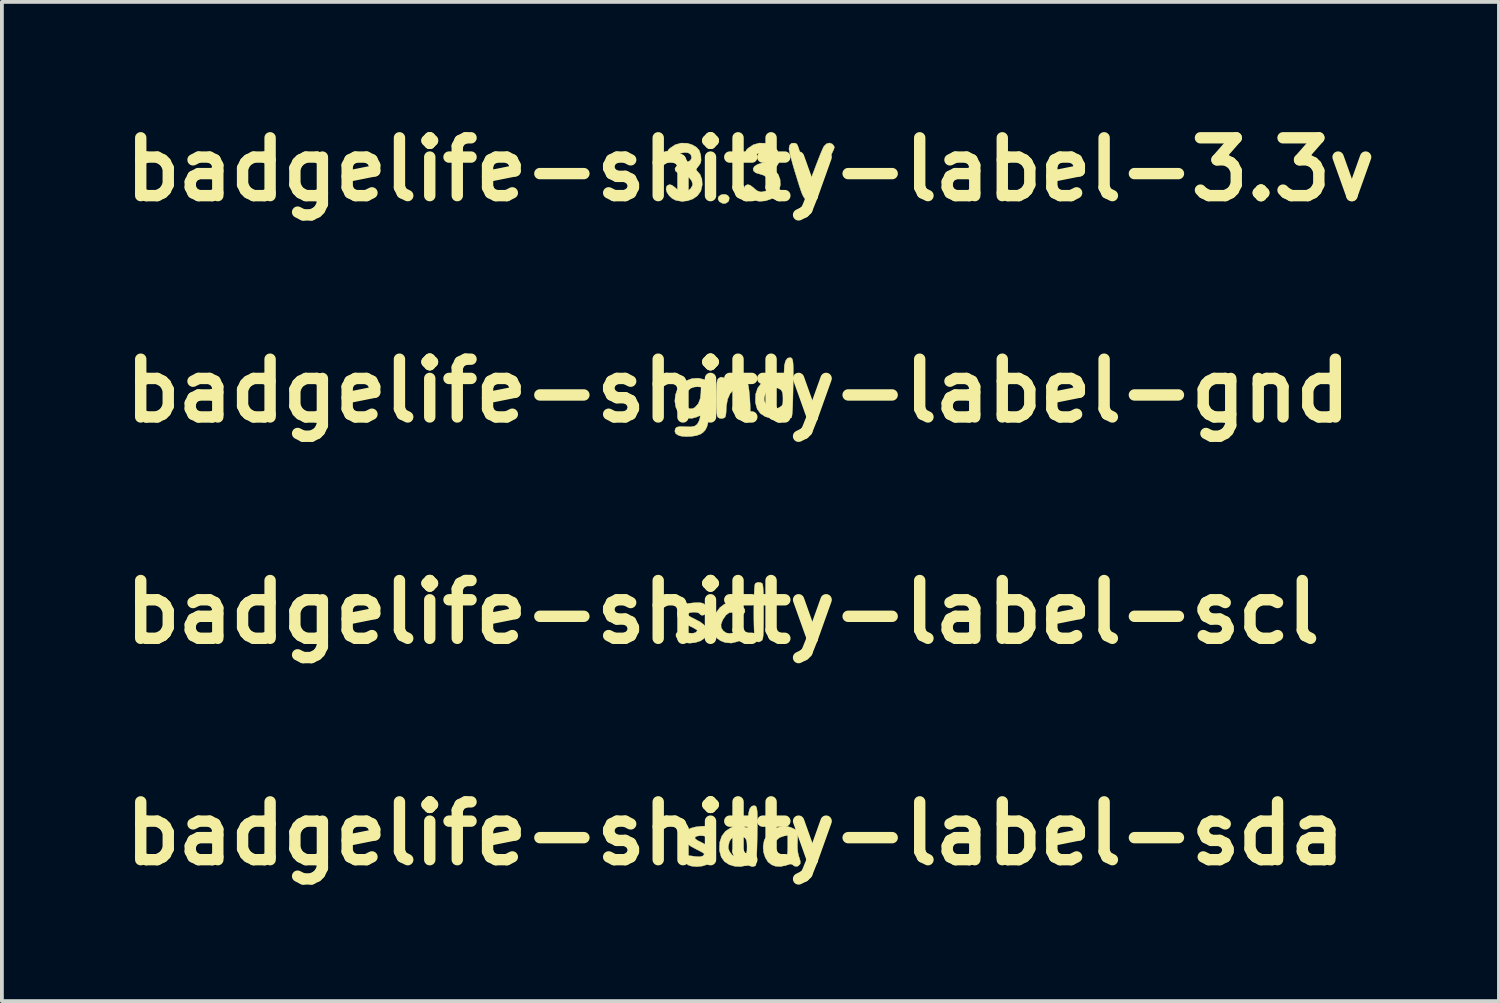
<source format=kicad_pcb>
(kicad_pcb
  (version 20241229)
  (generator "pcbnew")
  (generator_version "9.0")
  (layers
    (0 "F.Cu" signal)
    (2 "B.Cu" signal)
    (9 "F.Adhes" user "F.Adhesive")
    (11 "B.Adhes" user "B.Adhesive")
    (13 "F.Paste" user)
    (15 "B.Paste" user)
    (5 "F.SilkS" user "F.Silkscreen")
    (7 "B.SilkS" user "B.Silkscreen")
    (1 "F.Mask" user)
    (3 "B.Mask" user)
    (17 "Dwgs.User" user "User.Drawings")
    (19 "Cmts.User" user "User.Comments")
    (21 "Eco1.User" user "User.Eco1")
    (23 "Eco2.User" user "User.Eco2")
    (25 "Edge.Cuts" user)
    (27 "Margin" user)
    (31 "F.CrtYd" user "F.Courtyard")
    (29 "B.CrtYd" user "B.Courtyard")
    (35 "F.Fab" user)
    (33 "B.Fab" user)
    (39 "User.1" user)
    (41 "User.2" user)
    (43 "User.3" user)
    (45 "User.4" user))
  (footprint "badgelife-shitty-label-scl"
    (layer "F.Cu")
    (at 16.009 13.09)
    (property "Reference" "badgelife-shitty-label-scl" (at 0 0 0) (layer "F.SilkS") (effects (font (size 1.524 1.524) (thickness 0.3))))
    (attr through_hole)
    (fp_poly (pts (xy 0.993 -0.782) (xy 1.039 -0.756) (xy 1.05 -0.726) (xy 1.059 -0.66) (xy 1.065 -0.552) (xy 1.07 -0.399) (xy 1.072 -0.197) (xy 1.072 -0.01) (xy 1.072 0.213) (xy 1.07 0.387) (xy 1.067 0.517) (xy 1.063 0.611) (xy 1.055 0.676) (xy 1.045 0.716) (xy 1.033 0.741) (xy 1.028 0.746) (xy 0.957 0.786) (xy 0.884 0.779) (xy 0.852 0.756) (xy 0.841 0.718) (xy 0.832 0.632) (xy 0.825 0.509) (xy 0.82 0.357) (xy 0.817 0.186) (xy 0.816 0.006) (xy 0.817 -0.175) (xy 0.82 -0.347) (xy 0.825 -0.5) (xy 0.832 -0.625) (xy 0.841 -0.714) (xy 0.852 -0.755) (xy 0.852 -0.756) (xy 0.917 -0.787) (xy 0.993 -0.782)) (stroke (width 0.01) (type solid)) (fill yes) (layer "F.SilkS"))
    (fp_poly (pts (xy 0.322 -0.234) (xy 0.409 -0.201) (xy 0.52 -0.139) (xy 0.576 -0.075) (xy 0.581 -0.007) (xy 0.579 -0.003) (xy 0.536 0.056) (xy 0.463 0.072) (xy 0.37 0.044) (xy 0.37 0.044) (xy 0.259 0.005) (xy 0.164 0.015) (xy 0.081 0.077) (xy 0.003 0.191) (xy -0.011 0.217) (xy -0.05 0.325) (xy -0.044 0.412) (xy 0.009 0.491) (xy 0.013 0.495) (xy 0.088 0.547) (xy 0.181 0.562) (xy 0.301 0.541) (xy 0.372 0.517) (xy 0.458 0.491) (xy 0.51 0.487) (xy 0.547 0.505) (xy 0.549 0.507) (xy 0.591 0.568) (xy 0.58 0.635) (xy 0.519 0.702) (xy 0.411 0.765) (xy 0.388 0.775) (xy 0.223 0.815) (xy 0.057 0.799) (xy -0.059 0.754) (xy -0.161 0.683) (xy -0.235 0.584) (xy -0.25 0.556) (xy -0.296 0.422) (xy -0.297 0.288) (xy -0.251 0.142) (xy -0.189 0.026) (xy -0.079 -0.121) (xy 0.042 -0.213) (xy 0.175 -0.251) (xy 0.322 -0.234)) (stroke (width 0.01) (type solid)) (fill yes) (layer "F.SilkS"))
    (fp_poly (pts (xy -0.574 -0.246) (xy -0.516 -0.227) (xy -0.495 -0.215) (xy -0.437 -0.147) (xy -0.425 -0.056) (xy -0.453 0.03) (xy -0.498 0.073) (xy -0.556 0.083) (xy -0.602 0.057) (xy -0.611 0.042) (xy -0.647 0.016) (xy -0.717 0.002) (xy -0.8 0.001) (xy -0.873 0.014) (xy -0.9 0.025) (xy -0.925 0.055) (xy -0.908 0.089) (xy -0.844 0.132) (xy -0.74 0.183) (xy -0.591 0.262) (xy -0.492 0.341) (xy -0.438 0.427) (xy -0.423 0.515) (xy -0.442 0.621) (xy -0.49 0.69) (xy -0.592 0.758) (xy -0.726 0.801) (xy -0.873 0.817) (xy -1.015 0.802) (xy -1.087 0.779) (xy -1.188 0.716) (xy -1.235 0.64) (xy -1.237 0.587) (xy -1.223 0.551) (xy -1.189 0.531) (xy -1.124 0.526) (xy -1.021 0.534) (xy -0.896 0.551) (xy -0.789 0.556) (xy -0.713 0.535) (xy -0.678 0.491) (xy -0.677 0.48) (xy -0.701 0.458) (xy -0.763 0.421) (xy -0.852 0.376) (xy -0.868 0.368) (xy -1.028 0.282) (xy -1.135 0.199) (xy -1.193 0.115) (xy -1.206 0.024) (xy -1.183 -0.062) (xy -1.129 -0.14) (xy -1.037 -0.196) (xy -0.902 -0.231) (xy -0.774 -0.246) (xy -0.654 -0.252) (xy -0.574 -0.246)) (stroke (width 0.01) (type solid)) (fill yes) (layer "F.SilkS")))
  (footprint "badgelife-shitty-label-3.3v"
    (layer "F.Cu")
    (at 16.735 1.418)
    (property "Reference" "badgelife-shitty-label-3.3v" (at 0 0 0) (layer "F.SilkS") (effects (font (size 1.524 1.524) (thickness 0.3))))
    (attr through_hole)
    (fp_poly (pts (xy -0.591 0.69) (xy -0.557 0.747) (xy -0.568 0.819) (xy -0.581 0.842) (xy -0.647 0.893) (xy -0.728 0.897) (xy -0.808 0.856) (xy -0.819 0.846) (xy -0.855 0.781) (xy -0.84 0.718) (xy -0.779 0.671) (xy -0.747 0.661) (xy -0.657 0.657) (xy -0.591 0.69)) (stroke (width 0.01) (type solid)) (fill yes) (layer "F.SilkS"))
    (fp_poly (pts (xy 2.153 -0.674) (xy 2.177 -0.651) (xy 2.206 -0.611) (xy 2.212 -0.575) (xy 2.195 -0.524) (xy 2.162 -0.456) (xy 2.131 -0.388) (xy 2.084 -0.279) (xy 2.025 -0.138) (xy 1.96 0.022) (xy 1.892 0.192) (xy 1.891 0.194) (xy 1.825 0.358) (xy 1.762 0.505) (xy 1.707 0.628) (xy 1.663 0.718) (xy 1.635 0.764) (xy 1.633 0.766) (xy 1.557 0.812) (xy 1.482 0.806) (xy 1.435 0.769) (xy 1.41 0.735) (xy 1.385 0.691) (xy 1.358 0.631) (xy 1.327 0.546) (xy 1.288 0.43) (xy 1.24 0.275) (xy 1.178 0.074) (xy 1.17 0.049) (xy 1.121 -0.118) (xy 1.079 -0.272) (xy 1.045 -0.402) (xy 1.023 -0.5) (xy 1.016 -0.551) (xy 1.035 -0.642) (xy 1.087 -0.692) (xy 1.167 -0.695) (xy 1.169 -0.695) (xy 1.193 -0.688) (xy 1.213 -0.678) (xy 1.231 -0.657) (xy 1.25 -0.619) (xy 1.272 -0.558) (xy 1.301 -0.465) (xy 1.338 -0.334) (xy 1.387 -0.159) (xy 1.414 -0.062) (xy 1.464 0.111) (xy 1.502 0.231) (xy 1.53 0.304) (xy 1.55 0.33) (xy 1.559 0.326) (xy 1.577 0.285) (xy 1.611 0.201) (xy 1.656 0.085) (xy 1.709 -0.053) (xy 1.738 -0.13) (xy 1.795 -0.277) (xy 1.848 -0.411) (xy 1.894 -0.519) (xy 1.927 -0.591) (xy 1.937 -0.609) (xy 2.005 -0.677) (xy 2.082 -0.699) (xy 2.153 -0.674)) (stroke (width 0.01) (type solid)) (fill yes) (layer "F.SilkS"))
    (fp_poly (pts (xy -1.662 -0.691) (xy -1.538 -0.652) (xy -1.42 -0.584) (xy -1.349 -0.502) (xy -1.312 -0.391) (xy -1.305 -0.33) (xy -1.301 -0.235) (xy -1.314 -0.171) (xy -1.352 -0.111) (xy -1.371 -0.087) (xy -1.418 -0.026) (xy -1.43 0.011) (xy -1.411 0.037) (xy -1.408 0.039) (xy -1.326 0.134) (xy -1.279 0.26) (xy -1.27 0.403) (xy -1.301 0.546) (xy -1.317 0.584) (xy -1.398 0.694) (xy -1.518 0.777) (xy -1.663 0.827) (xy -1.818 0.84) (xy -1.969 0.813) (xy -2.066 0.762) (xy -2.145 0.688) (xy -2.201 0.603) (xy -2.225 0.519) (xy -2.21 0.447) (xy -2.196 0.429) (xy -2.138 0.398) (xy -2.07 0.414) (xy -1.983 0.478) (xy -1.967 0.494) (xy -1.886 0.561) (xy -1.81 0.589) (xy -1.764 0.593) (xy -1.663 0.57) (xy -1.581 0.511) (xy -1.531 0.428) (xy -1.524 0.38) (xy -1.55 0.295) (xy -1.617 0.215) (xy -1.711 0.153) (xy -1.802 0.124) (xy -1.914 0.091) (xy -1.977 0.041) (xy -1.991 -0.019) (xy -1.956 -0.079) (xy -1.874 -0.133) (xy -1.776 -0.164) (xy -1.66 -0.197) (xy -1.591 -0.233) (xy -1.558 -0.28) (xy -1.552 -0.327) (xy -1.575 -0.397) (xy -1.638 -0.438) (xy -1.731 -0.449) (xy -1.844 -0.428) (xy -1.935 -0.391) (xy -2.035 -0.352) (xy -2.106 -0.354) (xy -2.158 -0.398) (xy -2.173 -0.423) (xy -2.187 -0.468) (xy -2.17 -0.509) (xy -2.121 -0.56) (xy -1.984 -0.652) (xy -1.827 -0.696) (xy -1.662 -0.691)) (stroke (width 0.01) (type solid)) (fill yes) (layer "F.SilkS"))
    (fp_poly (pts (xy 0.398 -0.691) (xy 0.522 -0.652) (xy 0.64 -0.584) (xy 0.712 -0.502) (xy 0.748 -0.391) (xy 0.756 -0.33) (xy 0.759 -0.235) (xy 0.746 -0.171) (xy 0.708 -0.111) (xy 0.689 -0.087) (xy 0.642 -0.026) (xy 0.63 0.011) (xy 0.65 0.037) (xy 0.652 0.039) (xy 0.734 0.134) (xy 0.781 0.26) (xy 0.79 0.403) (xy 0.759 0.546) (xy 0.743 0.584) (xy 0.662 0.694) (xy 0.542 0.777) (xy 0.398 0.827) (xy 0.242 0.84) (xy 0.091 0.813) (xy -0.006 0.762) (xy -0.085 0.688) (xy -0.14 0.603) (xy -0.164 0.519) (xy -0.15 0.447) (xy -0.135 0.429) (xy -0.078 0.398) (xy -0.009 0.414) (xy 0.077 0.478) (xy 0.093 0.494) (xy 0.175 0.561) (xy 0.25 0.589) (xy 0.296 0.593) (xy 0.397 0.57) (xy 0.48 0.511) (xy 0.529 0.428) (xy 0.536 0.38) (xy 0.511 0.295) (xy 0.444 0.215) (xy 0.349 0.153) (xy 0.258 0.124) (xy 0.146 0.091) (xy 0.083 0.041) (xy 0.07 -0.019) (xy 0.104 -0.079) (xy 0.187 -0.133) (xy 0.284 -0.164) (xy 0.4 -0.197) (xy 0.469 -0.233) (xy 0.502 -0.28) (xy 0.508 -0.327) (xy 0.485 -0.397) (xy 0.422 -0.438) (xy 0.329 -0.449) (xy 0.216 -0.428) (xy 0.125 -0.391) (xy 0.025 -0.352) (xy -0.046 -0.354) (xy -0.097 -0.398) (xy -0.113 -0.423) (xy -0.127 -0.468) (xy -0.11 -0.509) (xy -0.061 -0.56) (xy 0.076 -0.652) (xy 0.234 -0.696) (xy 0.398 -0.691)) (stroke (width 0.01) (type solid)) (fill yes) (layer "F.SilkS")))
  (footprint "badgelife-shitty-label-gnd"
    (layer "F.Cu")
    (at 16.408 7.254)
    (property "Reference" "badgelife-shitty-label-gnd" (at 0 0 0) (layer "F.SilkS") (effects (font (size 1.524 1.524) (thickness 0.3))))
    (attr through_hole)
    (fp_poly (pts (xy -0.382 -0.347) (xy -0.319 -0.28) (xy -0.292 -0.231) (xy -0.268 -0.238) (xy -0.21 -0.265) (xy -0.18 -0.281) (xy -0.046 -0.329) (xy 0.077 -0.33) (xy 0.181 -0.284) (xy 0.255 -0.196) (xy 0.271 -0.141) (xy 0.286 -0.046) (xy 0.3 0.077) (xy 0.311 0.215) (xy 0.319 0.356) (xy 0.323 0.487) (xy 0.322 0.596) (xy 0.316 0.67) (xy 0.308 0.694) (xy 0.249 0.728) (xy 0.175 0.729) (xy 0.117 0.696) (xy 0.094 0.642) (xy 0.072 0.548) (xy 0.055 0.43) (xy 0.042 0.303) (xy 0.038 0.183) (xy 0.042 0.086) (xy 0.043 0.081) (xy 0.046 -0.021) (xy 0.02 -0.074) (xy -0.032 -0.079) (xy -0.107 -0.037) (xy -0.208 0.072) (xy -0.275 0.222) (xy -0.307 0.405) (xy -0.31 0.467) (xy -0.315 0.579) (xy -0.328 0.662) (xy -0.344 0.7) (xy -0.407 0.73) (xy -0.482 0.726) (xy -0.533 0.696) (xy -0.552 0.649) (xy -0.565 0.56) (xy -0.572 0.426) (xy -0.574 0.243) (xy -0.571 0.023) (xy -0.566 -0.122) (xy -0.557 -0.222) (xy -0.542 -0.285) (xy -0.521 -0.322) (xy -0.519 -0.324) (xy -0.45 -0.363) (xy -0.382 -0.347)) (stroke (width 0.01) (type solid)) (fill yes) (layer "F.SilkS"))
    (fp_poly (pts (xy -0.893 -0.299) (xy -0.778 -0.246) (xy -0.711 -0.186) (xy -0.684 -0.108) (xy -0.689 -0.008) (xy -0.699 0.072) (xy -0.713 0.191) (xy -0.728 0.337) (xy -0.744 0.492) (xy -0.746 0.514) (xy -0.768 0.707) (xy -0.793 0.852) (xy -0.824 0.959) (xy -0.866 1.037) (xy -0.921 1.096) (xy -0.985 1.139) (xy -1.085 1.177) (xy -1.217 1.2) (xy -1.359 1.207) (xy -1.489 1.197) (xy -1.573 1.173) (xy -1.642 1.128) (xy -1.665 1.071) (xy -1.665 1.063) (xy -1.654 0.998) (xy -1.615 0.959) (xy -1.539 0.942) (xy -1.419 0.944) (xy -1.393 0.946) (xy -1.248 0.95) (xy -1.146 0.931) (xy -1.077 0.883) (xy -1.031 0.803) (xy -1.022 0.778) (xy -1.002 0.708) (xy -0.995 0.664) (xy -0.997 0.659) (xy -1.026 0.664) (xy -1.085 0.688) (xy -1.099 0.695) (xy -1.217 0.726) (xy -1.349 0.718) (xy -1.47 0.672) (xy -1.493 0.656) (xy -1.585 0.556) (xy -1.643 0.423) (xy -1.666 0.27) (xy -1.66 0.208) (xy -1.408 0.208) (xy -1.406 0.317) (xy -1.369 0.406) (xy -1.355 0.423) (xy -1.277 0.473) (xy -1.193 0.468) (xy -1.135 0.436) (xy -1.049 0.342) (xy -0.996 0.205) (xy -0.979 0.062) (xy -0.974 -0.099) (xy -1.064 -0.107) (xy -1.153 -0.1) (xy -1.242 -0.07) (xy -1.242 -0.07) (xy -1.322 -0.003) (xy -1.379 0.096) (xy -1.408 0.208) (xy -1.66 0.208) (xy -1.651 0.111) (xy -1.602 -0.029) (xy -1.503 -0.165) (xy -1.37 -0.264) (xy -1.215 -0.322) (xy -1.049 -0.334) (xy -0.893 -0.299)) (stroke (width 0.01) (type solid)) (fill yes) (layer "F.SilkS"))
    (fp_poly (pts (xy 1.403 -0.869) (xy 1.425 -0.848) (xy 1.441 -0.805) (xy 1.451 -0.734) (xy 1.456 -0.63) (xy 1.458 -0.486) (xy 1.456 -0.298) (xy 1.452 -0.063) (xy 1.447 0.181) (xy 1.442 0.372) (xy 1.435 0.516) (xy 1.427 0.617) (xy 1.418 0.68) (xy 1.406 0.709) (xy 1.404 0.711) (xy 1.331 0.732) (xy 1.263 0.714) (xy 1.252 0.705) (xy 1.203 0.69) (xy 1.146 0.705) (xy 1.012 0.731) (xy 0.862 0.723) (xy 0.72 0.681) (xy 0.717 0.68) (xy 0.589 0.596) (xy 0.505 0.479) (xy 0.462 0.325) (xy 0.457 0.276) (xy 0.461 0.19) (xy 0.69 0.19) (xy 0.693 0.26) (xy 0.727 0.342) (xy 0.782 0.413) (xy 0.814 0.437) (xy 0.933 0.475) (xy 1.048 0.458) (xy 1.103 0.431) (xy 1.148 0.4) (xy 1.173 0.364) (xy 1.183 0.305) (xy 1.185 0.207) (xy 1.185 0.206) (xy 1.181 0.096) (xy 1.165 0.025) (xy 1.133 -0.024) (xy 1.129 -0.028) (xy 1.049 -0.073) (xy 0.951 -0.082) (xy 0.852 -0.058) (xy 0.77 -0.007) (xy 0.721 0.066) (xy 0.718 0.078) (xy 0.701 0.148) (xy 0.69 0.19) (xy 0.461 0.19) (xy 0.465 0.087) (xy 0.519 -0.073) (xy 0.615 -0.2) (xy 0.751 -0.29) (xy 0.805 -0.311) (xy 0.927 -0.332) (xy 1.059 -0.326) (xy 1.164 -0.298) (xy 1.189 -0.292) (xy 1.204 -0.309) (xy 1.211 -0.357) (xy 1.214 -0.448) (xy 1.214 -0.498) (xy 1.223 -0.668) (xy 1.252 -0.786) (xy 1.299 -0.854) (xy 1.336 -0.87) (xy 1.373 -0.875) (xy 1.403 -0.869)) (stroke (width 0.01) (type solid)) (fill yes) (layer "F.SilkS")))
  (footprint "badgelife-shitty-label-sda"
    (layer "F.Cu")
    (at 16.336 18.926)
    (property "Reference" "badgelife-shitty-label-sda" (at 0 0 0) (layer "F.SilkS") (effects (font (size 1.524 1.524) (thickness 0.3))))
    (attr through_hole)
    (fp_poly (pts (xy 1.386 -0.184) (xy 1.487 -0.151) (xy 1.525 -0.134) (xy 1.651 -0.071) (xy 1.641 0.204) (xy 1.638 0.356) (xy 1.646 0.471) (xy 1.664 0.566) (xy 1.682 0.622) (xy 1.712 0.719) (xy 1.715 0.783) (xy 1.703 0.813) (xy 1.644 0.863) (xy 1.573 0.863) (xy 1.526 0.835) (xy 1.49 0.809) (xy 1.448 0.805) (xy 1.381 0.823) (xy 1.356 0.832) (xy 1.198 0.87) (xy 1.059 0.862) (xy 0.96 0.825) (xy 0.862 0.748) (xy 0.79 0.631) (xy 0.745 0.491) (xy 0.738 0.398) (xy 0.999 0.398) (xy 1.024 0.507) (xy 1.066 0.572) (xy 1.14 0.614) (xy 1.243 0.613) (xy 1.31 0.593) (xy 1.345 0.578) (xy 1.366 0.555) (xy 1.377 0.512) (xy 1.382 0.438) (xy 1.383 0.32) (xy 1.383 0.307) (xy 1.383 0.049) (xy 1.28 0.066) (xy 1.163 0.108) (xy 1.074 0.186) (xy 1.018 0.287) (xy 0.999 0.398) (xy 0.738 0.398) (xy 0.734 0.342) (xy 0.759 0.197) (xy 0.772 0.161) (xy 0.853 0.033) (xy 0.972 -0.076) (xy 1.114 -0.156) (xy 1.261 -0.195) (xy 1.299 -0.197) (xy 1.386 -0.184)) (stroke (width 0.01) (type solid)) (fill yes) (layer "F.SilkS"))
    (fp_poly (pts (xy -0.715 -0.19) (xy -0.657 -0.171) (xy -0.636 -0.159) (xy -0.578 -0.09) (xy -0.566 0.001) (xy -0.594 0.087) (xy -0.639 0.129) (xy -0.697 0.139) (xy -0.743 0.114) (xy -0.752 0.099) (xy -0.788 0.073) (xy -0.858 0.058) (xy -0.941 0.057) (xy -1.015 0.07) (xy -1.041 0.082) (xy -1.066 0.111) (xy -1.049 0.145) (xy -0.986 0.188) (xy -0.881 0.24) (xy -0.732 0.319) (xy -0.633 0.398) (xy -0.579 0.483) (xy -0.564 0.571) (xy -0.583 0.677) (xy -0.631 0.747) (xy -0.733 0.814) (xy -0.867 0.857) (xy -1.015 0.873) (xy -1.156 0.859) (xy -1.228 0.836) (xy -1.329 0.773) (xy -1.376 0.696) (xy -1.378 0.644) (xy -1.364 0.608) (xy -1.33 0.587) (xy -1.265 0.582) (xy -1.162 0.59) (xy -1.037 0.608) (xy -0.93 0.612) (xy -0.854 0.591) (xy -0.82 0.548) (xy -0.818 0.536) (xy -0.842 0.515) (xy -0.904 0.478) (xy -0.993 0.432) (xy -1.009 0.425) (xy -1.169 0.339) (xy -1.276 0.256) (xy -1.334 0.171) (xy -1.347 0.08) (xy -1.324 -0.006) (xy -1.27 -0.084) (xy -1.178 -0.139) (xy -1.043 -0.175) (xy -0.915 -0.19) (xy -0.795 -0.196) (xy -0.715 -0.19)) (stroke (width 0.01) (type solid)) (fill yes) (layer "F.SilkS"))
    (fp_poly (pts (xy 0.528 -0.728) (xy 0.55 -0.707) (xy 0.566 -0.664) (xy 0.576 -0.593) (xy 0.581 -0.488) (xy 0.583 -0.345) (xy 0.581 -0.157) (xy 0.578 0.079) (xy 0.573 0.322) (xy 0.567 0.513) (xy 0.56 0.657) (xy 0.552 0.758) (xy 0.543 0.821) (xy 0.531 0.85) (xy 0.529 0.852) (xy 0.456 0.873) (xy 0.388 0.855) (xy 0.377 0.846) (xy 0.328 0.831) (xy 0.271 0.846) (xy 0.137 0.872) (xy -0.013 0.864) (xy -0.155 0.822) (xy -0.158 0.821) (xy -0.286 0.738) (xy -0.37 0.621) (xy -0.413 0.466) (xy -0.418 0.417) (xy -0.414 0.331) (xy -0.185 0.331) (xy -0.182 0.401) (xy -0.148 0.483) (xy -0.093 0.554) (xy -0.061 0.578) (xy 0.058 0.617) (xy 0.173 0.599) (xy 0.228 0.572) (xy 0.274 0.541) (xy 0.298 0.505) (xy 0.308 0.446) (xy 0.31 0.348) (xy 0.31 0.347) (xy 0.306 0.237) (xy 0.29 0.166) (xy 0.259 0.118) (xy 0.254 0.113) (xy 0.174 0.068) (xy 0.076 0.059) (xy -0.023 0.083) (xy -0.105 0.134) (xy -0.154 0.207) (xy -0.157 0.219) (xy -0.173 0.289) (xy -0.185 0.331) (xy -0.414 0.331) (xy -0.41 0.228) (xy -0.356 0.068) (xy -0.26 -0.059) (xy -0.124 -0.149) (xy -0.069 -0.17) (xy 0.052 -0.19) (xy 0.184 -0.185) (xy 0.289 -0.157) (xy 0.314 -0.151) (xy 0.329 -0.168) (xy 0.336 -0.216) (xy 0.339 -0.307) (xy 0.339 -0.357) (xy 0.349 -0.527) (xy 0.377 -0.645) (xy 0.424 -0.712) (xy 0.461 -0.729) (xy 0.498 -0.734) (xy 0.528 -0.728)) (stroke (width 0.01) (type solid)) (fill yes) (layer "F.SilkS")))
  (gr_rect
    (start -3 -3)
    (end 36.47 23.344)
    (stroke (width 0.1) (type default))
    (fill no)
    (layer "Edge.Cuts")))
</source>
